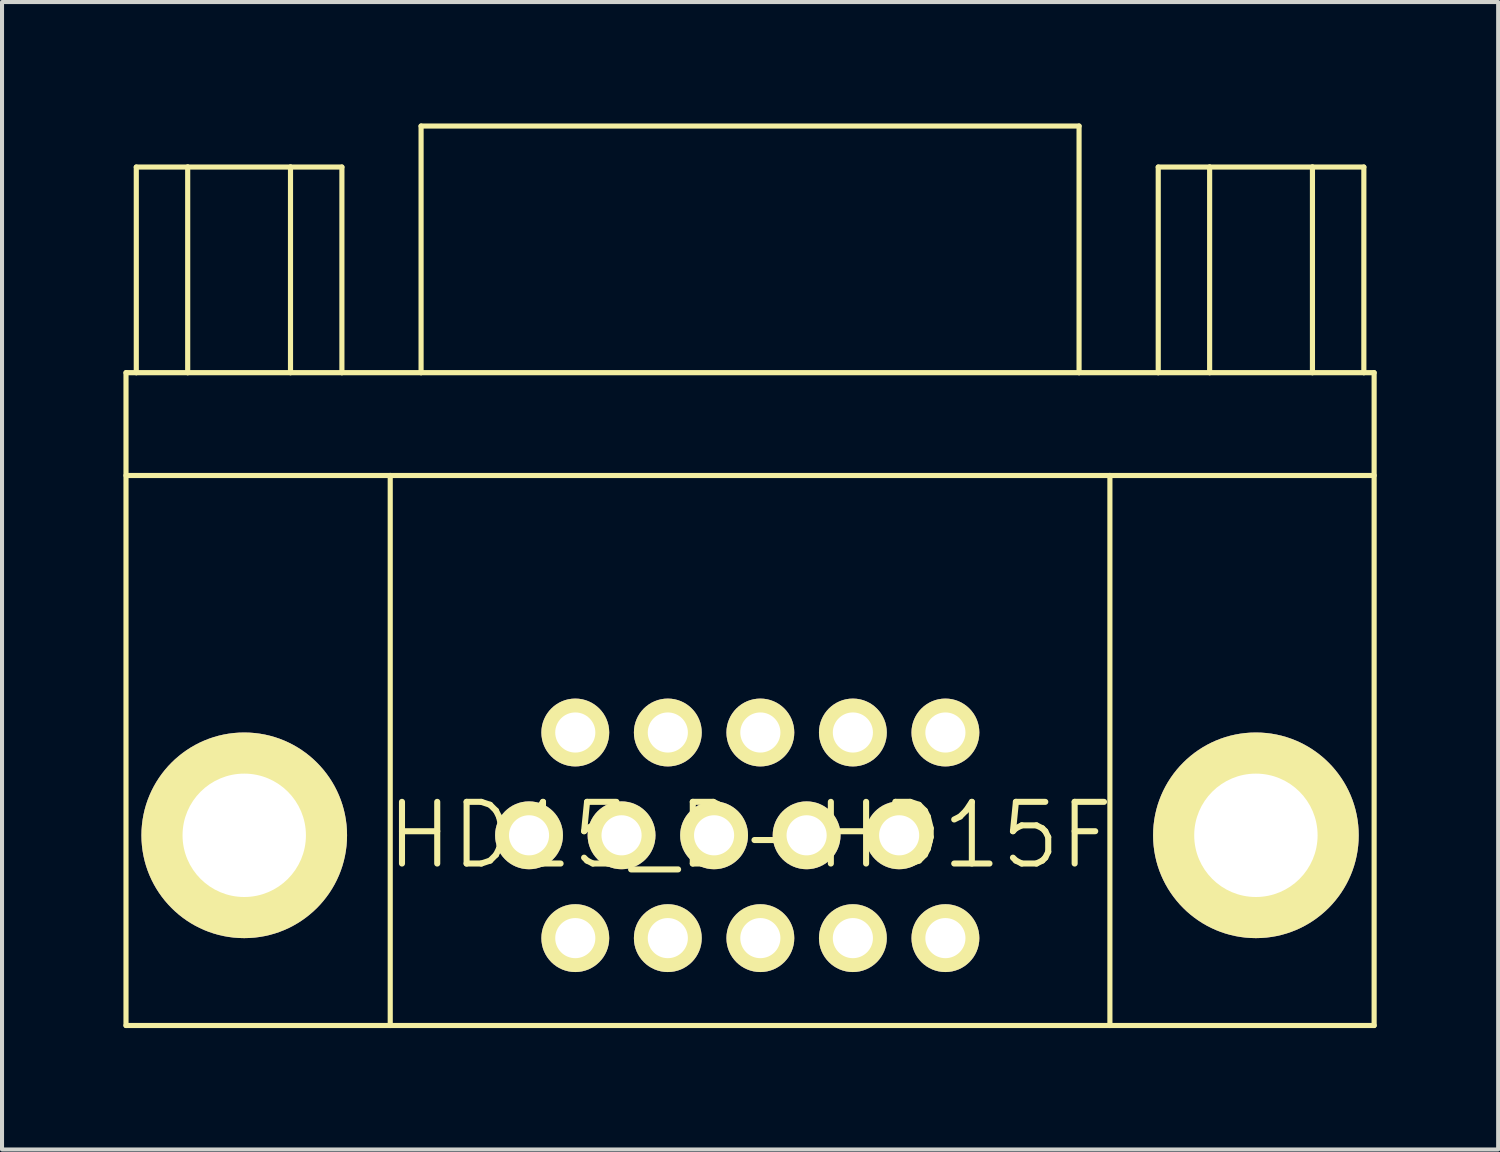
<source format=kicad_pcb>
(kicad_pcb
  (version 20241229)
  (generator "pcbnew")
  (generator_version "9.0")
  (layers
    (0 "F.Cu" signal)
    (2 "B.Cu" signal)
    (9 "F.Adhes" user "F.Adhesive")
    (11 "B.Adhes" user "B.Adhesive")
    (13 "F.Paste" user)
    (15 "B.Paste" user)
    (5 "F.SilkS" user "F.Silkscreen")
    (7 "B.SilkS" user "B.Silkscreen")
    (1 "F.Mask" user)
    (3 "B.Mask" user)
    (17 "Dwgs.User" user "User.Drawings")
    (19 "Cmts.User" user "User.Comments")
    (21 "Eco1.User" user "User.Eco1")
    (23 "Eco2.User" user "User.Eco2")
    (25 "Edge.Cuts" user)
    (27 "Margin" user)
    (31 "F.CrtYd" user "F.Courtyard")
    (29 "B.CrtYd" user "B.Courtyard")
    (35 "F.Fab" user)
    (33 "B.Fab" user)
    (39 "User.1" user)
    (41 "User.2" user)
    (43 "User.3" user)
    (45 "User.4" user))
  (footprint "HD15_B-HD15F"
    (layer "F.Cu")
    (at 15.481 17.587)
    (property "Reference" "HD15_B-HD15F" (at 0 0 0) (layer "F.SilkS") (effects (font (size 1.524 1.524) (thickness 0.15))))
    (attr exclude_from_pos_files exclude_from_bom)
    (fp_line (start -15.418 -11.43) (end -15.418 4.699) (stroke (width 0.127) (type solid)) (layer "F.SilkS"))
    (fp_line (start -15.164 -16.51) (end -15.164 -11.43) (stroke (width 0.127) (type solid)) (layer "F.SilkS"))
    (fp_line (start -15.164 -16.51) (end -13.894 -16.51) (stroke (width 0.127) (type solid)) (layer "F.SilkS"))
    (fp_line (start -15.164 -11.43) (end -15.418 -11.43) (stroke (width 0.127) (type solid)) (layer "F.SilkS"))
    (fp_line (start -13.894 -16.51) (end -13.894 -11.43) (stroke (width 0.127) (type solid)) (layer "F.SilkS"))
    (fp_line (start -13.894 -16.51) (end -11.354 -16.51) (stroke (width 0.127) (type solid)) (layer "F.SilkS"))
    (fp_line (start -13.894 -11.43) (end -15.164 -11.43) (stroke (width 0.127) (type solid)) (layer "F.SilkS"))
    (fp_line (start -11.354 -16.51) (end -11.354 -11.43) (stroke (width 0.127) (type solid)) (layer "F.SilkS"))
    (fp_line (start -11.354 -16.51) (end -10.084 -16.51) (stroke (width 0.127) (type solid)) (layer "F.SilkS"))
    (fp_line (start -11.354 -11.43) (end -13.894 -11.43) (stroke (width 0.127) (type solid)) (layer "F.SilkS"))
    (fp_line (start -10.084 -16.51) (end -10.084 -11.43) (stroke (width 0.127) (type solid)) (layer "F.SilkS"))
    (fp_line (start -10.084 -11.43) (end -11.354 -11.43) (stroke (width 0.127) (type solid)) (layer "F.SilkS"))
    (fp_line (start -8.89 -8.89) (end -15.418 -8.89) (stroke (width 0.127) (type solid)) (layer "F.SilkS"))
    (fp_line (start -8.89 -8.89) (end -8.89 4.699) (stroke (width 0.127) (type solid)) (layer "F.SilkS"))
    (fp_line (start -8.128 -17.523) (end -8.128 -11.43) (stroke (width 0.127) (type solid)) (layer "F.SilkS"))
    (fp_line (start -8.128 -11.43) (end -10.084 -11.43) (stroke (width 0.127) (type solid)) (layer "F.SilkS"))
    (fp_line (start 8.128 -17.523) (end -8.128 -17.523) (stroke (width 0.127) (type solid)) (layer "F.SilkS"))
    (fp_line (start 8.128 -17.523) (end 8.128 -11.43) (stroke (width 0.127) (type solid)) (layer "F.SilkS"))
    (fp_line (start 8.128 -11.43) (end -8.128 -11.43) (stroke (width 0.127) (type solid)) (layer "F.SilkS"))
    (fp_line (start 8.89 -8.89) (end -8.89 -8.89) (stroke (width 0.127) (type solid)) (layer "F.SilkS"))
    (fp_line (start 8.89 -8.89) (end 8.89 4.699) (stroke (width 0.127) (type solid)) (layer "F.SilkS"))
    (fp_line (start 10.084 -16.51) (end 10.084 -11.43) (stroke (width 0.127) (type solid)) (layer "F.SilkS"))
    (fp_line (start 10.084 -11.43) (end 8.128 -11.43) (stroke (width 0.127) (type solid)) (layer "F.SilkS"))
    (fp_line (start 11.354 -16.51) (end 10.084 -16.51) (stroke (width 0.127) (type solid)) (layer "F.SilkS"))
    (fp_line (start 11.354 -16.51) (end 11.354 -11.43) (stroke (width 0.127) (type solid)) (layer "F.SilkS"))
    (fp_line (start 11.354 -11.43) (end 10.084 -11.43) (stroke (width 0.127) (type solid)) (layer "F.SilkS"))
    (fp_line (start 13.894 -16.51) (end 11.354 -16.51) (stroke (width 0.127) (type solid)) (layer "F.SilkS"))
    (fp_line (start 13.894 -16.51) (end 13.894 -11.43) (stroke (width 0.127) (type solid)) (layer "F.SilkS"))
    (fp_line (start 13.894 -11.43) (end 11.354 -11.43) (stroke (width 0.127) (type solid)) (layer "F.SilkS"))
    (fp_line (start 15.164 -16.51) (end 13.894 -16.51) (stroke (width 0.127) (type solid)) (layer "F.SilkS"))
    (fp_line (start 15.164 -16.51) (end 15.164 -11.43) (stroke (width 0.127) (type solid)) (layer "F.SilkS"))
    (fp_line (start 15.164 -11.43) (end 13.894 -11.43) (stroke (width 0.127) (type solid)) (layer "F.SilkS"))
    (fp_line (start 15.418 -11.43) (end 15.164 -11.43) (stroke (width 0.127) (type solid)) (layer "F.SilkS"))
    (fp_line (start 15.418 -11.43) (end 15.418 4.699) (stroke (width 0.127) (type solid)) (layer "F.SilkS"))
    (fp_line (start 15.418 -8.89) (end 8.89 -8.89) (stroke (width 0.127) (type solid)) (layer "F.SilkS"))
    (fp_line (start 15.418 4.699) (end -15.418 4.699) (stroke (width 0.127) (type solid)) (layer "F.SilkS"))
    (pad "1" thru_hole circle (at -4.318 2.54) (size 1.676 1.676) (drill 0.991) (layers "*.Cu" "F.Mask" "F.SilkS" "F.Paste"))
    (pad "2" thru_hole circle (at -2.032 2.54) (size 1.676 1.676) (drill 0.991) (layers "*.Cu" "F.Mask" "F.SilkS" "F.Paste"))
    (pad "3" thru_hole circle (at 0.254 2.54) (size 1.676 1.676) (drill 0.991) (layers "*.Cu" "F.Mask" "F.SilkS" "F.Paste"))
    (pad "4" thru_hole circle (at 2.54 2.54) (size 1.676 1.676) (drill 0.991) (layers "*.Cu" "F.Mask" "F.SilkS" "F.Paste"))
    (pad "5" thru_hole circle (at 4.826 2.54) (size 1.676 1.676) (drill 0.991) (layers "*.Cu" "F.Mask" "F.SilkS" "F.Paste"))
    (pad "6" thru_hole circle (at -5.461 0) (size 1.676 1.676) (drill 0.991) (layers "*.Cu" "F.Mask" "F.SilkS" "F.Paste"))
    (pad "7" thru_hole circle (at -3.175 0) (size 1.676 1.676) (drill 0.991) (layers "*.Cu" "F.Mask" "F.SilkS" "F.Paste"))
    (pad "8" thru_hole circle (at -0.889 0) (size 1.676 1.676) (drill 0.991) (layers "*.Cu" "F.Mask" "F.SilkS" "F.Paste"))
    (pad "9" thru_hole circle (at 1.397 0) (size 1.676 1.676) (drill 0.991) (layers "*.Cu" "F.Mask" "F.SilkS" "F.Paste"))
    (pad "10" thru_hole circle (at 3.683 0) (size 1.676 1.676) (drill 0.991) (layers "*.Cu" "F.Mask" "F.SilkS" "F.Paste"))
    (pad "11" thru_hole circle (at -4.318 -2.54) (size 1.676 1.676) (drill 0.991) (layers "*.Cu" "F.Mask" "F.SilkS" "F.Paste"))
    (pad "12" thru_hole circle (at -2.032 -2.54) (size 1.676 1.676) (drill 0.991) (layers "*.Cu" "F.Mask" "F.SilkS" "F.Paste"))
    (pad "13" thru_hole circle (at 0.254 -2.54) (size 1.676 1.676) (drill 0.991) (layers "*.Cu" "F.Mask" "F.SilkS" "F.Paste"))
    (pad "14" thru_hole circle (at 2.54 -2.54) (size 1.676 1.676) (drill 0.991) (layers "*.Cu" "F.Mask" "F.SilkS" "F.Paste"))
    (pad "15" thru_hole circle (at 4.826 -2.54) (size 1.676 1.676) (drill 0.991) (layers "*.Cu" "F.Mask" "F.SilkS" "F.Paste"))
    (pad "SH1" thru_hole circle (at -12.497 0) (size 5.08 5.08) (drill 3.048) (layers "*.Cu" "F.Mask" "F.SilkS" "F.Paste"))
    (pad "SH2" thru_hole circle (at 12.497 0) (size 5.08 5.08) (drill 3.048) (layers "*.Cu" "F.Mask" "F.SilkS" "F.Paste")))
  (gr_rect
    (start -3 -3)
    (end 33.963 25.349)
    (stroke (width 0.1) (type default))
    (fill no)
    (layer "Edge.Cuts")))
</source>
